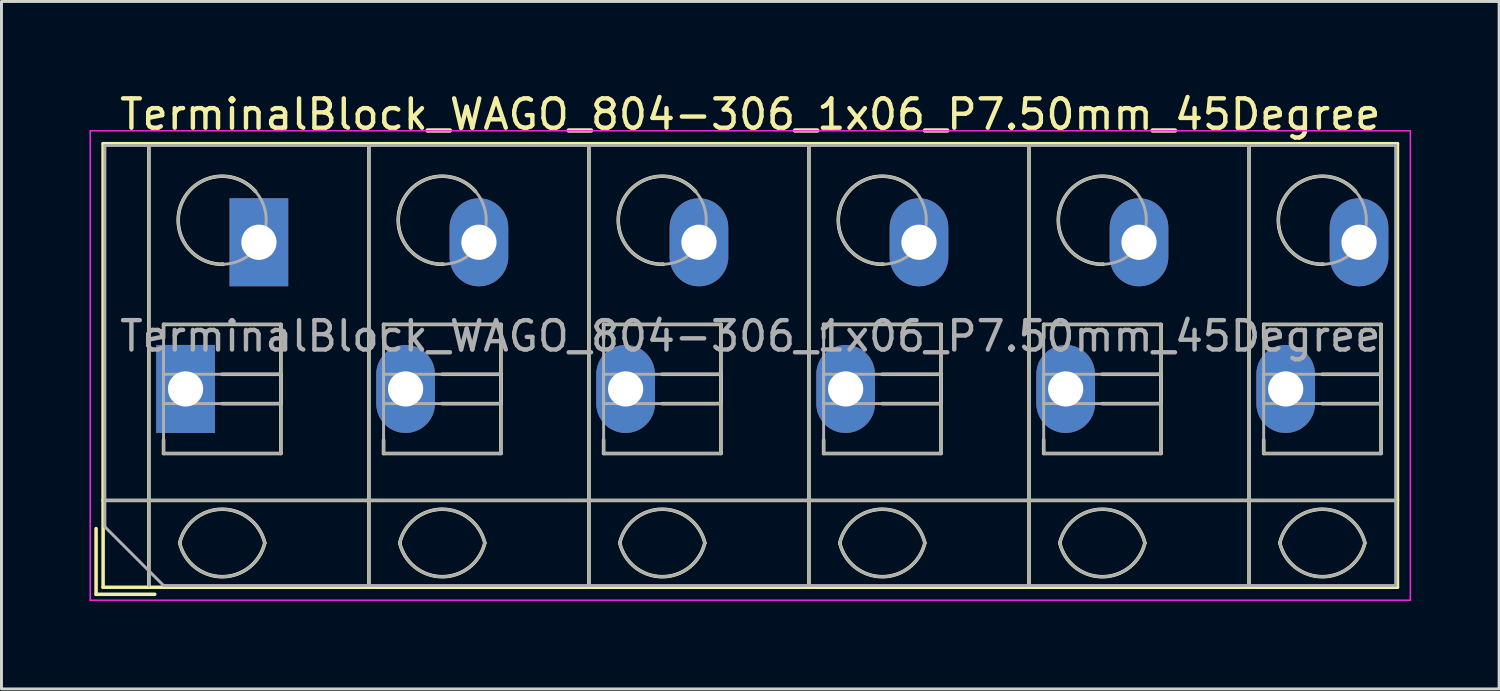
<source format=kicad_pcb>
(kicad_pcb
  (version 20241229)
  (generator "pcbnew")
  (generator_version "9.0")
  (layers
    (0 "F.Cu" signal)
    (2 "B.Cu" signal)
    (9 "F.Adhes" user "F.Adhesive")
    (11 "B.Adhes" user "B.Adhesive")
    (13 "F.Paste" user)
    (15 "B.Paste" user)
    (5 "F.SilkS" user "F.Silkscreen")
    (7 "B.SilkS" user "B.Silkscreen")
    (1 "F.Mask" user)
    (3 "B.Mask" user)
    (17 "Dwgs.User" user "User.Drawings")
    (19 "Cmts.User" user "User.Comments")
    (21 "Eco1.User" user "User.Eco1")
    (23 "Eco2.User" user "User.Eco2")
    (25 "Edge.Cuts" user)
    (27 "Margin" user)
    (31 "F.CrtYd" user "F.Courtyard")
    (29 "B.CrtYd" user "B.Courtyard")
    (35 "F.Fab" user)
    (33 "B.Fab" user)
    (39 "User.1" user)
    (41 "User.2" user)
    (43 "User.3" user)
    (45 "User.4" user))
  (footprint "TerminalBlock_WAGO_804-306_1x06_P7.50mm_45Degree"
    (layer "F.Cu")
    (at 3.275 10.208)
    (property "Reference" "TerminalBlock_WAGO_804-306_1x06_P7.50mm_45Degree" (at 19.25 -9.36 0) (layer "F.SilkS") (effects (font (size 1 1) (thickness 0.15))))
    (attr through_hole)
    (fp_line (start -3.05 4.76) (end -3.05 7) (stroke (width 0.12) (type solid)) (layer "F.SilkS"))
    (fp_line (start -3.05 7) (end -1.05 7) (stroke (width 0.12) (type solid)) (layer "F.SilkS"))
    (fp_line (start -2.81 -8.361) (end -2.81 6.76) (stroke (width 0.12) (type solid)) (layer "F.SilkS"))
    (fp_line (start -2.81 -8.361) (end 41.31 -8.361) (stroke (width 0.12) (type solid)) (layer "F.SilkS"))
    (fp_line (start -2.81 3.8) (end 41.31 3.8) (stroke (width 0.12) (type solid)) (layer "F.SilkS"))
    (fp_line (start -2.81 6.76) (end 41.31 6.76) (stroke (width 0.12) (type solid)) (layer "F.SilkS"))
    (fp_line (start -1.25 -8.361) (end -1.25 6.76) (stroke (width 0.12) (type solid)) (layer "F.SilkS"))
    (fp_line (start -0.75 -2.2) (end -0.75 -1.74) (stroke (width 0.12) (type solid)) (layer "F.SilkS"))
    (fp_line (start -0.75 -2.2) (end 3.25 -2.2) (stroke (width 0.12) (type solid)) (layer "F.SilkS"))
    (fp_line (start -0.75 1.74) (end -0.75 2.2) (stroke (width 0.12) (type solid)) (layer "F.SilkS"))
    (fp_line (start -0.75 2.2) (end 3.25 2.2) (stroke (width 0.12) (type solid)) (layer "F.SilkS"))
    (fp_line (start 1.24 -0.5) (end 3.25 -0.5) (stroke (width 0.12) (type solid)) (layer "F.SilkS"))
    (fp_line (start 1.24 0.5) (end 3.25 0.5) (stroke (width 0.12) (type solid)) (layer "F.SilkS"))
    (fp_line (start 3.25 -2.2) (end 3.25 2.2) (stroke (width 0.12) (type solid)) (layer "F.SilkS"))
    (fp_line (start 3.25 -0.5) (end 3.25 0.5) (stroke (width 0.12) (type solid)) (layer "F.SilkS"))
    (fp_line (start 6.25 -8.361) (end 6.25 6.76) (stroke (width 0.12) (type solid)) (layer "F.SilkS"))
    (fp_line (start 6.75 -2.2) (end 6.75 -1.74) (stroke (width 0.12) (type solid)) (layer "F.SilkS"))
    (fp_line (start 6.75 -2.2) (end 10.75 -2.2) (stroke (width 0.12) (type solid)) (layer "F.SilkS"))
    (fp_line (start 6.75 1.74) (end 6.75 2.2) (stroke (width 0.12) (type solid)) (layer "F.SilkS"))
    (fp_line (start 6.75 2.2) (end 10.75 2.2) (stroke (width 0.12) (type solid)) (layer "F.SilkS"))
    (fp_line (start 8.74 -0.5) (end 10.75 -0.5) (stroke (width 0.12) (type solid)) (layer "F.SilkS"))
    (fp_line (start 8.74 0.5) (end 10.75 0.5) (stroke (width 0.12) (type solid)) (layer "F.SilkS"))
    (fp_line (start 10.75 -2.2) (end 10.75 2.2) (stroke (width 0.12) (type solid)) (layer "F.SilkS"))
    (fp_line (start 10.75 -0.5) (end 10.75 0.5) (stroke (width 0.12) (type solid)) (layer "F.SilkS"))
    (fp_line (start 13.75 -8.361) (end 13.75 6.76) (stroke (width 0.12) (type solid)) (layer "F.SilkS"))
    (fp_line (start 14.25 -2.2) (end 14.25 -1.74) (stroke (width 0.12) (type solid)) (layer "F.SilkS"))
    (fp_line (start 14.25 -2.2) (end 18.25 -2.2) (stroke (width 0.12) (type solid)) (layer "F.SilkS"))
    (fp_line (start 14.25 1.74) (end 14.25 2.2) (stroke (width 0.12) (type solid)) (layer "F.SilkS"))
    (fp_line (start 14.25 2.2) (end 18.25 2.2) (stroke (width 0.12) (type solid)) (layer "F.SilkS"))
    (fp_line (start 16.24 -0.5) (end 18.25 -0.5) (stroke (width 0.12) (type solid)) (layer "F.SilkS"))
    (fp_line (start 16.24 0.5) (end 18.25 0.5) (stroke (width 0.12) (type solid)) (layer "F.SilkS"))
    (fp_line (start 18.25 -2.2) (end 18.25 2.2) (stroke (width 0.12) (type solid)) (layer "F.SilkS"))
    (fp_line (start 18.25 -0.5) (end 18.25 0.5) (stroke (width 0.12) (type solid)) (layer "F.SilkS"))
    (fp_line (start 21.25 -8.361) (end 21.25 6.76) (stroke (width 0.12) (type solid)) (layer "F.SilkS"))
    (fp_line (start 21.75 -2.2) (end 21.75 -1.74) (stroke (width 0.12) (type solid)) (layer "F.SilkS"))
    (fp_line (start 21.75 -2.2) (end 25.75 -2.2) (stroke (width 0.12) (type solid)) (layer "F.SilkS"))
    (fp_line (start 21.75 1.74) (end 21.75 2.2) (stroke (width 0.12) (type solid)) (layer "F.SilkS"))
    (fp_line (start 21.75 2.2) (end 25.75 2.2) (stroke (width 0.12) (type solid)) (layer "F.SilkS"))
    (fp_line (start 23.74 -0.5) (end 25.75 -0.5) (stroke (width 0.12) (type solid)) (layer "F.SilkS"))
    (fp_line (start 23.74 0.5) (end 25.75 0.5) (stroke (width 0.12) (type solid)) (layer "F.SilkS"))
    (fp_line (start 25.75 -2.2) (end 25.75 2.2) (stroke (width 0.12) (type solid)) (layer "F.SilkS"))
    (fp_line (start 25.75 -0.5) (end 25.75 0.5) (stroke (width 0.12) (type solid)) (layer "F.SilkS"))
    (fp_line (start 28.75 -8.361) (end 28.75 6.76) (stroke (width 0.12) (type solid)) (layer "F.SilkS"))
    (fp_line (start 29.25 -2.2) (end 29.25 -1.74) (stroke (width 0.12) (type solid)) (layer "F.SilkS"))
    (fp_line (start 29.25 -2.2) (end 33.25 -2.2) (stroke (width 0.12) (type solid)) (layer "F.SilkS"))
    (fp_line (start 29.25 1.74) (end 29.25 2.2) (stroke (width 0.12) (type solid)) (layer "F.SilkS"))
    (fp_line (start 29.25 2.2) (end 33.25 2.2) (stroke (width 0.12) (type solid)) (layer "F.SilkS"))
    (fp_line (start 31.24 -0.5) (end 33.25 -0.5) (stroke (width 0.12) (type solid)) (layer "F.SilkS"))
    (fp_line (start 31.24 0.5) (end 33.25 0.5) (stroke (width 0.12) (type solid)) (layer "F.SilkS"))
    (fp_line (start 33.25 -2.2) (end 33.25 2.2) (stroke (width 0.12) (type solid)) (layer "F.SilkS"))
    (fp_line (start 33.25 -0.5) (end 33.25 0.5) (stroke (width 0.12) (type solid)) (layer "F.SilkS"))
    (fp_line (start 36.25 -8.361) (end 36.25 6.76) (stroke (width 0.12) (type solid)) (layer "F.SilkS"))
    (fp_line (start 36.75 -2.2) (end 36.75 -1.74) (stroke (width 0.12) (type solid)) (layer "F.SilkS"))
    (fp_line (start 36.75 -2.2) (end 40.75 -2.2) (stroke (width 0.12) (type solid)) (layer "F.SilkS"))
    (fp_line (start 36.75 1.74) (end 36.75 2.2) (stroke (width 0.12) (type solid)) (layer "F.SilkS"))
    (fp_line (start 36.75 2.2) (end 40.75 2.2) (stroke (width 0.12) (type solid)) (layer "F.SilkS"))
    (fp_line (start 38.74 -0.5) (end 40.75 -0.5) (stroke (width 0.12) (type solid)) (layer "F.SilkS"))
    (fp_line (start 38.74 0.5) (end 40.75 0.5) (stroke (width 0.12) (type solid)) (layer "F.SilkS"))
    (fp_line (start 40.75 -2.2) (end 40.75 2.2) (stroke (width 0.12) (type solid)) (layer "F.SilkS"))
    (fp_line (start 40.75 -0.5) (end 40.75 0.5) (stroke (width 0.12) (type solid)) (layer "F.SilkS"))
    (fp_line (start 41.31 -8.361) (end 41.31 6.76) (stroke (width 0.12) (type solid)) (layer "F.SilkS"))
    (fp_arc (start -0.200865 5.250424) (mid 1.250296 4.099926) (end 2.701 5.251) (stroke (width 0.12) (type solid)) (layer "F.SilkS"))
    (fp_arc (start 1.276179 -4.250228) (mid 1.26309 -4.250057) (end 1.25 -4.25) (stroke (width 0.12) (type solid)) (layer "F.SilkS"))
    (fp_arc (start 1.276275 -4.248926) (mid -0.121539 -6.360568) (end 2.383 -6.735) (stroke (width 0.12) (type solid)) (layer "F.SilkS"))
    (fp_arc (start 2.7 5.25) (mid 1.250068 6.400101) (end -0.199969 5.250133) (stroke (width 0.12) (type solid)) (layer "F.SilkS"))
    (fp_arc (start 7.299135 5.250424) (mid 8.750296 4.099926) (end 10.201 5.251) (stroke (width 0.12) (type solid)) (layer "F.SilkS"))
    (fp_arc (start 8.776179 -4.250228) (mid 8.76309 -4.250057) (end 8.75 -4.25) (stroke (width 0.12) (type solid)) (layer "F.SilkS"))
    (fp_arc (start 8.776275 -4.248926) (mid 7.378461 -6.360568) (end 9.883 -6.735) (stroke (width 0.12) (type solid)) (layer "F.SilkS"))
    (fp_arc (start 10.2 5.25) (mid 8.750068 6.400101) (end 7.300031 5.250133) (stroke (width 0.12) (type solid)) (layer "F.SilkS"))
    (fp_arc (start 14.799135 5.250424) (mid 16.250296 4.099926) (end 17.701 5.251) (stroke (width 0.12) (type solid)) (layer "F.SilkS"))
    (fp_arc (start 16.276179 -4.250228) (mid 16.26309 -4.250057) (end 16.25 -4.25) (stroke (width 0.12) (type solid)) (layer "F.SilkS"))
    (fp_arc (start 16.276275 -4.248926) (mid 14.878461 -6.360568) (end 17.383 -6.735) (stroke (width 0.12) (type solid)) (layer "F.SilkS"))
    (fp_arc (start 17.7 5.25) (mid 16.250068 6.400101) (end 14.800031 5.250133) (stroke (width 0.12) (type solid)) (layer "F.SilkS"))
    (fp_arc (start 22.299135 5.250424) (mid 23.750296 4.099926) (end 25.201 5.251) (stroke (width 0.12) (type solid)) (layer "F.SilkS"))
    (fp_arc (start 23.776179 -4.250228) (mid 23.76309 -4.250057) (end 23.75 -4.25) (stroke (width 0.12) (type solid)) (layer "F.SilkS"))
    (fp_arc (start 23.776275 -4.248926) (mid 22.378461 -6.360568) (end 24.883 -6.735) (stroke (width 0.12) (type solid)) (layer "F.SilkS"))
    (fp_arc (start 25.2 5.25) (mid 23.750068 6.400101) (end 22.300031 5.250133) (stroke (width 0.12) (type solid)) (layer "F.SilkS"))
    (fp_arc (start 29.799135 5.250424) (mid 31.250296 4.099926) (end 32.701 5.251) (stroke (width 0.12) (type solid)) (layer "F.SilkS"))
    (fp_arc (start 31.276179 -4.250228) (mid 31.26309 -4.250057) (end 31.25 -4.25) (stroke (width 0.12) (type solid)) (layer "F.SilkS"))
    (fp_arc (start 31.276275 -4.248926) (mid 29.878461 -6.360568) (end 32.383 -6.735) (stroke (width 0.12) (type solid)) (layer "F.SilkS"))
    (fp_arc (start 32.701 5.25) (mid 31.250296 6.401074) (end 29.799135 5.250576) (stroke (width 0.12) (type solid)) (layer "F.SilkS"))
    (fp_arc (start 37.299135 5.250424) (mid 38.750296 4.099926) (end 40.201 5.251) (stroke (width 0.12) (type solid)) (layer "F.SilkS"))
    (fp_arc (start 38.776179 -4.250228) (mid 38.76309 -4.250057) (end 38.75 -4.25) (stroke (width 0.12) (type solid)) (layer "F.SilkS"))
    (fp_arc (start 38.776275 -4.248926) (mid 37.378461 -6.360568) (end 39.883 -6.735) (stroke (width 0.12) (type solid)) (layer "F.SilkS"))
    (fp_arc (start 40.2 5.25) (mid 38.750068 6.400101) (end 37.300031 5.250133) (stroke (width 0.12) (type solid)) (layer "F.SilkS"))
    (fp_line (start -3.25 -8.8) (end -3.25 7.2) (stroke (width 0.05) (type solid)) (layer "F.CrtYd"))
    (fp_line (start -3.25 7.2) (end 41.75 7.2) (stroke (width 0.05) (type solid)) (layer "F.CrtYd"))
    (fp_line (start 41.75 -8.8) (end -3.25 -8.8) (stroke (width 0.05) (type solid)) (layer "F.CrtYd"))
    (fp_line (start 41.75 7.2) (end 41.75 -8.8) (stroke (width 0.05) (type solid)) (layer "F.CrtYd"))
    (fp_line (start -2.75 -8.3) (end 41.25 -8.3) (stroke (width 0.1) (type solid)) (layer "F.Fab"))
    (fp_line (start -2.75 3.8) (end 41.25 3.8) (stroke (width 0.1) (type solid)) (layer "F.Fab"))
    (fp_line (start -2.75 4.7) (end -2.75 -8.3) (stroke (width 0.1) (type solid)) (layer "F.Fab"))
    (fp_line (start -1.25 -8.3) (end -1.25 6.7) (stroke (width 0.1) (type solid)) (layer "F.Fab"))
    (fp_line (start -0.75 -2.2) (end -0.75 2.2) (stroke (width 0.1) (type solid)) (layer "F.Fab"))
    (fp_line (start -0.75 -0.5) (end -0.75 0.5) (stroke (width 0.1) (type solid)) (layer "F.Fab"))
    (fp_line (start -0.75 0.5) (end 3.25 0.5) (stroke (width 0.1) (type solid)) (layer "F.Fab"))
    (fp_line (start -0.75 2.2) (end 3.25 2.2) (stroke (width 0.1) (type solid)) (layer "F.Fab"))
    (fp_line (start -0.75 6.7) (end -2.75 4.7) (stroke (width 0.1) (type solid)) (layer "F.Fab"))
    (fp_line (start 3.25 -2.2) (end -0.75 -2.2) (stroke (width 0.1) (type solid)) (layer "F.Fab"))
    (fp_line (start 3.25 -0.5) (end -0.75 -0.5) (stroke (width 0.1) (type solid)) (layer "F.Fab"))
    (fp_line (start 3.25 0.5) (end 3.25 -0.5) (stroke (width 0.1) (type solid)) (layer "F.Fab"))
    (fp_line (start 3.25 2.2) (end 3.25 -2.2) (stroke (width 0.1) (type solid)) (layer "F.Fab"))
    (fp_line (start 6.25 -8.3) (end 6.25 6.7) (stroke (width 0.1) (type solid)) (layer "F.Fab"))
    (fp_line (start 6.75 -2.2) (end 6.75 2.2) (stroke (width 0.1) (type solid)) (layer "F.Fab"))
    (fp_line (start 6.75 -0.5) (end 6.75 0.5) (stroke (width 0.1) (type solid)) (layer "F.Fab"))
    (fp_line (start 6.75 0.5) (end 10.75 0.5) (stroke (width 0.1) (type solid)) (layer "F.Fab"))
    (fp_line (start 6.75 2.2) (end 10.75 2.2) (stroke (width 0.1) (type solid)) (layer "F.Fab"))
    (fp_line (start 10.75 -2.2) (end 6.75 -2.2) (stroke (width 0.1) (type solid)) (layer "F.Fab"))
    (fp_line (start 10.75 -0.5) (end 6.75 -0.5) (stroke (width 0.1) (type solid)) (layer "F.Fab"))
    (fp_line (start 10.75 0.5) (end 10.75 -0.5) (stroke (width 0.1) (type solid)) (layer "F.Fab"))
    (fp_line (start 10.75 2.2) (end 10.75 -2.2) (stroke (width 0.1) (type solid)) (layer "F.Fab"))
    (fp_line (start 13.75 -8.3) (end 13.75 6.7) (stroke (width 0.1) (type solid)) (layer "F.Fab"))
    (fp_line (start 14.25 -2.2) (end 14.25 2.2) (stroke (width 0.1) (type solid)) (layer "F.Fab"))
    (fp_line (start 14.25 -0.5) (end 14.25 0.5) (stroke (width 0.1) (type solid)) (layer "F.Fab"))
    (fp_line (start 14.25 0.5) (end 18.25 0.5) (stroke (width 0.1) (type solid)) (layer "F.Fab"))
    (fp_line (start 14.25 2.2) (end 18.25 2.2) (stroke (width 0.1) (type solid)) (layer "F.Fab"))
    (fp_line (start 18.25 -2.2) (end 14.25 -2.2) (stroke (width 0.1) (type solid)) (layer "F.Fab"))
    (fp_line (start 18.25 -0.5) (end 14.25 -0.5) (stroke (width 0.1) (type solid)) (layer "F.Fab"))
    (fp_line (start 18.25 0.5) (end 18.25 -0.5) (stroke (width 0.1) (type solid)) (layer "F.Fab"))
    (fp_line (start 18.25 2.2) (end 18.25 -2.2) (stroke (width 0.1) (type solid)) (layer "F.Fab"))
    (fp_line (start 21.25 -8.3) (end 21.25 6.7) (stroke (width 0.1) (type solid)) (layer "F.Fab"))
    (fp_line (start 21.75 -2.2) (end 21.75 2.2) (stroke (width 0.1) (type solid)) (layer "F.Fab"))
    (fp_line (start 21.75 -0.5) (end 21.75 0.5) (stroke (width 0.1) (type solid)) (layer "F.Fab"))
    (fp_line (start 21.75 0.5) (end 25.75 0.5) (stroke (width 0.1) (type solid)) (layer "F.Fab"))
    (fp_line (start 21.75 2.2) (end 25.75 2.2) (stroke (width 0.1) (type solid)) (layer "F.Fab"))
    (fp_line (start 25.75 -2.2) (end 21.75 -2.2) (stroke (width 0.1) (type solid)) (layer "F.Fab"))
    (fp_line (start 25.75 -0.5) (end 21.75 -0.5) (stroke (width 0.1) (type solid)) (layer "F.Fab"))
    (fp_line (start 25.75 0.5) (end 25.75 -0.5) (stroke (width 0.1) (type solid)) (layer "F.Fab"))
    (fp_line (start 25.75 2.2) (end 25.75 -2.2) (stroke (width 0.1) (type solid)) (layer "F.Fab"))
    (fp_line (start 28.75 -8.3) (end 28.75 6.7) (stroke (width 0.1) (type solid)) (layer "F.Fab"))
    (fp_line (start 29.25 -2.2) (end 29.25 2.2) (stroke (width 0.1) (type solid)) (layer "F.Fab"))
    (fp_line (start 29.25 -0.5) (end 29.25 0.5) (stroke (width 0.1) (type solid)) (layer "F.Fab"))
    (fp_line (start 29.25 0.5) (end 33.25 0.5) (stroke (width 0.1) (type solid)) (layer "F.Fab"))
    (fp_line (start 29.25 2.2) (end 33.25 2.2) (stroke (width 0.1) (type solid)) (layer "F.Fab"))
    (fp_line (start 33.25 -2.2) (end 29.25 -2.2) (stroke (width 0.1) (type solid)) (layer "F.Fab"))
    (fp_line (start 33.25 -0.5) (end 29.25 -0.5) (stroke (width 0.1) (type solid)) (layer "F.Fab"))
    (fp_line (start 33.25 0.5) (end 33.25 -0.5) (stroke (width 0.1) (type solid)) (layer "F.Fab"))
    (fp_line (start 33.25 2.2) (end 33.25 -2.2) (stroke (width 0.1) (type solid)) (layer "F.Fab"))
    (fp_line (start 36.25 -8.3) (end 36.25 6.7) (stroke (width 0.1) (type solid)) (layer "F.Fab"))
    (fp_line (start 36.75 -2.2) (end 36.75 2.2) (stroke (width 0.1) (type solid)) (layer "F.Fab"))
    (fp_line (start 36.75 -0.5) (end 36.75 0.5) (stroke (width 0.1) (type solid)) (layer "F.Fab"))
    (fp_line (start 36.75 0.5) (end 40.75 0.5) (stroke (width 0.1) (type solid)) (layer "F.Fab"))
    (fp_line (start 36.75 2.2) (end 40.75 2.2) (stroke (width 0.1) (type solid)) (layer "F.Fab"))
    (fp_line (start 40.75 -2.2) (end 36.75 -2.2) (stroke (width 0.1) (type solid)) (layer "F.Fab"))
    (fp_line (start 40.75 -0.5) (end 36.75 -0.5) (stroke (width 0.1) (type solid)) (layer "F.Fab"))
    (fp_line (start 40.75 0.5) (end 40.75 -0.5) (stroke (width 0.1) (type solid)) (layer "F.Fab"))
    (fp_line (start 40.75 2.2) (end 40.75 -2.2) (stroke (width 0.1) (type solid)) (layer "F.Fab"))
    (fp_line (start 41.25 -8.3) (end 41.25 6.7) (stroke (width 0.1) (type solid)) (layer "F.Fab"))
    (fp_line (start 41.25 6.7) (end -0.75 6.7) (stroke (width 0.1) (type solid)) (layer "F.Fab"))
    (fp_arc (start -0.200865 5.250424) (mid 1.250296 4.099926) (end 2.701 5.251) (stroke (width 0.1) (type solid)) (layer "F.Fab"))
    (fp_arc (start 2.7 5.25) (mid 1.250068 6.400101) (end -0.199969 5.250133) (stroke (width 0.1) (type solid)) (layer "F.Fab"))
    (fp_arc (start 7.299135 5.250424) (mid 8.750296 4.099926) (end 10.201 5.251) (stroke (width 0.1) (type solid)) (layer "F.Fab"))
    (fp_arc (start 10.2 5.25) (mid 8.750068 6.400101) (end 7.300031 5.250133) (stroke (width 0.1) (type solid)) (layer "F.Fab"))
    (fp_arc (start 14.799135 5.250424) (mid 16.250296 4.099926) (end 17.701 5.251) (stroke (width 0.1) (type solid)) (layer "F.Fab"))
    (fp_arc (start 17.7 5.25) (mid 16.250068 6.400101) (end 14.800031 5.250133) (stroke (width 0.1) (type solid)) (layer "F.Fab"))
    (fp_arc (start 22.299135 5.250424) (mid 23.750296 4.099926) (end 25.201 5.251) (stroke (width 0.1) (type solid)) (layer "F.Fab"))
    (fp_arc (start 25.2 5.25) (mid 23.750068 6.400101) (end 22.300031 5.250133) (stroke (width 0.1) (type solid)) (layer "F.Fab"))
    (fp_arc (start 29.799135 5.250424) (mid 31.250296 4.099926) (end 32.701 5.251) (stroke (width 0.1) (type solid)) (layer "F.Fab"))
    (fp_arc (start 32.701 5.25) (mid 31.250296 6.401074) (end 29.799135 5.250576) (stroke (width 0.1) (type solid)) (layer "F.Fab"))
    (fp_arc (start 37.299135 5.250424) (mid 38.750296 4.099926) (end 40.201 5.251) (stroke (width 0.1) (type solid)) (layer "F.Fab"))
    (fp_arc (start 40.2 5.25) (mid 38.750068 6.400101) (end 37.300031 5.250133) (stroke (width 0.1) (type solid)) (layer "F.Fab"))
    (fp_circle (center 1.25 -5.75) (end 2.75 -5.75) (stroke (width 0.1) (type solid)) (fill no) (layer "F.Fab"))
    (fp_circle (center 8.75 -5.75) (end 10.25 -5.75) (stroke (width 0.1) (type solid)) (fill no) (layer "F.Fab"))
    (fp_circle (center 16.25 -5.75) (end 17.75 -5.75) (stroke (width 0.1) (type solid)) (fill no) (layer "F.Fab"))
    (fp_circle (center 23.75 -5.75) (end 25.25 -5.75) (stroke (width 0.1) (type solid)) (fill no) (layer "F.Fab"))
    (fp_circle (center 31.25 -5.75) (end 32.75 -5.75) (stroke (width 0.1) (type solid)) (fill no) (layer "F.Fab"))
    (fp_circle (center 38.75 -5.75) (end 40.25 -5.75) (stroke (width 0.1) (type solid)) (fill no) (layer "F.Fab"))
    (fp_text user "${REFERENCE}" (at 19.25 -1.8 0) (layer "F.Fab") (effects (font (size 1 1) (thickness 0.15))))
    (pad "1" thru_hole rect (at 0 0) (size 2 3) (drill 1.2) (layers "*.Cu" "*.Mask"))
    (pad "1" thru_hole rect (at 2.5 -5) (size 2 3) (drill 1.2) (layers "*.Cu" "*.Mask"))
    (pad "2" thru_hole oval (at 7.5 0) (size 2 3) (drill 1.2) (layers "*.Cu" "*.Mask"))
    (pad "2" thru_hole oval (at 10 -5) (size 2 3) (drill 1.2) (layers "*.Cu" "*.Mask"))
    (pad "3" thru_hole oval (at 15 0) (size 2 3) (drill 1.2) (layers "*.Cu" "*.Mask"))
    (pad "3" thru_hole oval (at 17.5 -5) (size 2 3) (drill 1.2) (layers "*.Cu" "*.Mask"))
    (pad "4" thru_hole oval (at 22.5 0) (size 2 3) (drill 1.2) (layers "*.Cu" "*.Mask"))
    (pad "4" thru_hole oval (at 25 -5) (size 2 3) (drill 1.2) (layers "*.Cu" "*.Mask"))
    (pad "5" thru_hole oval (at 30 0) (size 2 3) (drill 1.2) (layers "*.Cu" "*.Mask"))
    (pad "5" thru_hole oval (at 32.5 -5) (size 2 3) (drill 1.2) (layers "*.Cu" "*.Mask"))
    (pad "6" thru_hole oval (at 37.5 0) (size 2 3) (drill 1.2) (layers "*.Cu" "*.Mask"))
    (pad "6" thru_hole oval (at 40 -5) (size 2 3) (drill 1.2) (layers "*.Cu" "*.Mask")))
  (gr_rect
    (start -3 -3)
    (end 48.05 20.433)
    (stroke (width 0.1) (type default))
    (fill no)
    (layer "Edge.Cuts")))
</source>
